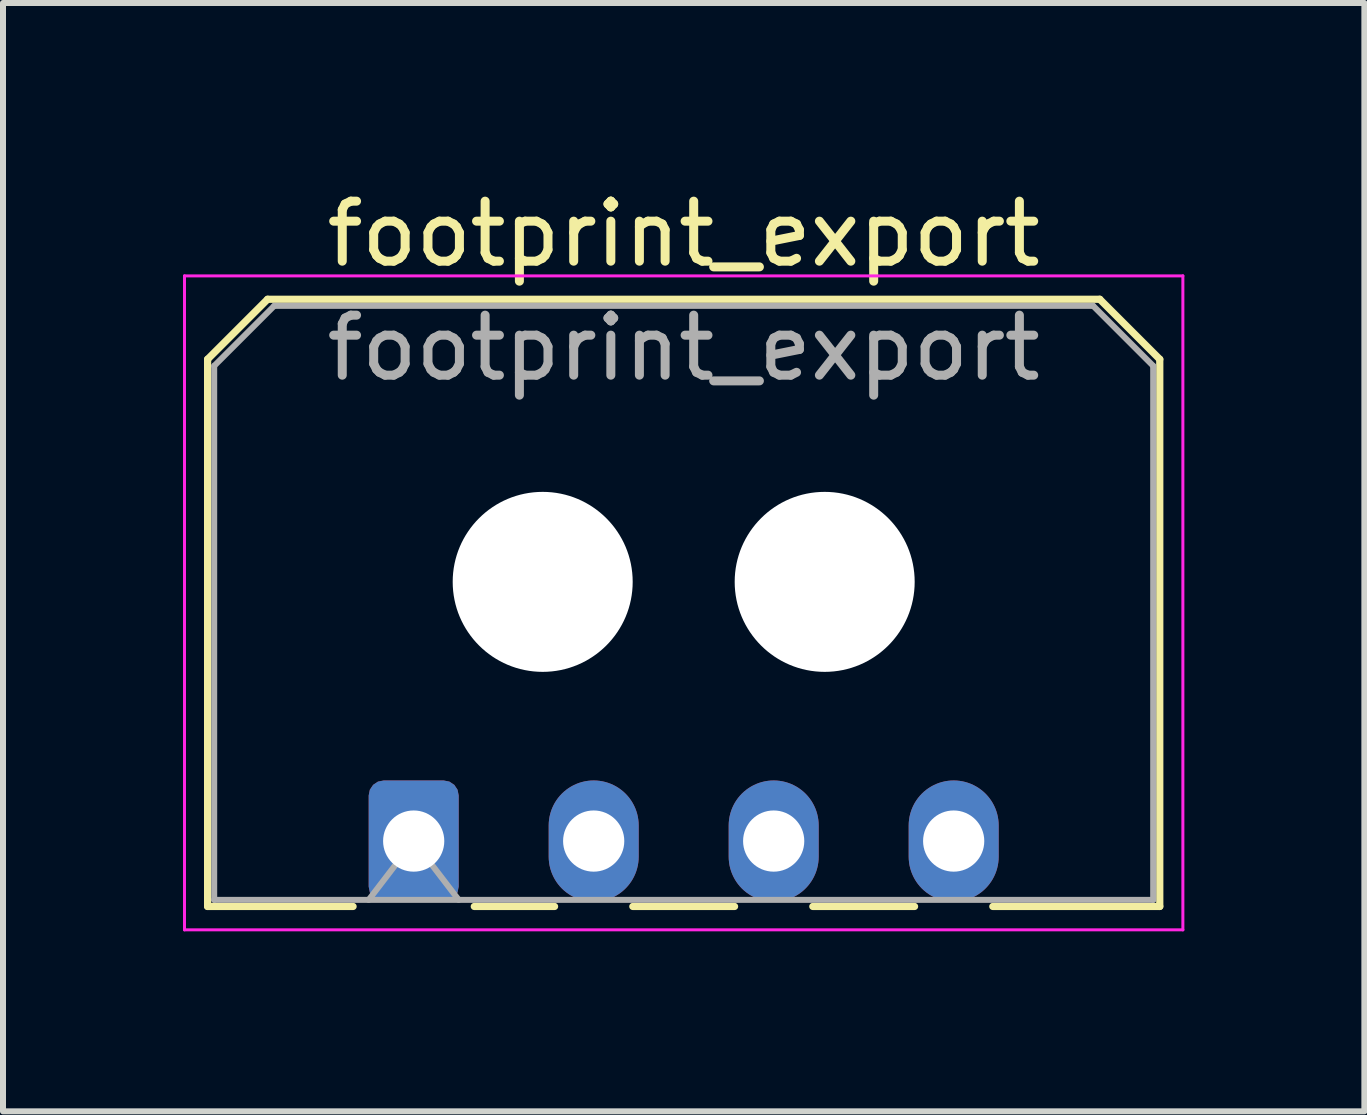
<source format=kicad_pcb>
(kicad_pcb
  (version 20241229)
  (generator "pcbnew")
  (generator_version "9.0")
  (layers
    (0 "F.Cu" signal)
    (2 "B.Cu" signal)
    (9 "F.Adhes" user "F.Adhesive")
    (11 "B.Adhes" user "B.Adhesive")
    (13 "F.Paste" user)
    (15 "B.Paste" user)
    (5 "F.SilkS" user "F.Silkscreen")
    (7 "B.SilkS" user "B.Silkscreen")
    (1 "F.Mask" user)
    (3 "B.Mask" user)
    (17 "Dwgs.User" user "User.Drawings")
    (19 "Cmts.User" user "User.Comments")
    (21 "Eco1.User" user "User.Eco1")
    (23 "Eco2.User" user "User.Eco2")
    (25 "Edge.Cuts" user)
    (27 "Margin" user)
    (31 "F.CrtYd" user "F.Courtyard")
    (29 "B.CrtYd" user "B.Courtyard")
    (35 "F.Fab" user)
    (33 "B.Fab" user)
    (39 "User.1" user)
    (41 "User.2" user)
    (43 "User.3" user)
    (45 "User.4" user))
  (footprint "footprint_export"
    (layer "F.Cu")
    (at 3.845 10.968)
    (property "Reference" "footprint_export" (at 4.5 -10.12 0) (layer "F.SilkS") (effects (font (size 1 1) (thickness 0.15))))
    (attr through_hole)
    (fp_line (start -3.435 -8.03) (end -2.435 -9.03) (stroke (width 0.12) (type solid)) (layer "F.SilkS"))
    (fp_line (start -3.435 1.09) (end -3.435 -8.03) (stroke (width 0.12) (type solid)) (layer "F.SilkS"))
    (fp_line (start -3.435 1.09) (end -1.01 1.09) (stroke (width 0.12) (type solid)) (layer "F.SilkS"))
    (fp_line (start -2.435 -9.03) (end 11.435 -9.03) (stroke (width 0.12) (type solid)) (layer "F.SilkS"))
    (fp_line (start 1.01 1.09) (end 2.348 1.09) (stroke (width 0.12) (type solid)) (layer "F.SilkS"))
    (fp_line (start 3.652 1.09) (end 5.348 1.09) (stroke (width 0.12) (type solid)) (layer "F.SilkS"))
    (fp_line (start 6.652 1.09) (end 8.348 1.09) (stroke (width 0.12) (type solid)) (layer "F.SilkS"))
    (fp_line (start 11.435 -9.03) (end 12.435 -8.03) (stroke (width 0.12) (type solid)) (layer "F.SilkS"))
    (fp_line (start 12.435 -8.03) (end 12.435 1.09) (stroke (width 0.12) (type solid)) (layer "F.SilkS"))
    (fp_line (start 12.435 1.09) (end 9.652 1.09) (stroke (width 0.12) (type solid)) (layer "F.SilkS"))
    (fp_line (start -3.82 -9.42) (end 12.82 -9.42) (stroke (width 0.05) (type solid)) (layer "F.CrtYd"))
    (fp_line (start -3.82 1.48) (end -3.82 -9.42) (stroke (width 0.05) (type solid)) (layer "F.CrtYd"))
    (fp_line (start 12.82 -9.42) (end 12.82 1.48) (stroke (width 0.05) (type solid)) (layer "F.CrtYd"))
    (fp_line (start 12.82 1.48) (end -3.82 1.48) (stroke (width 0.05) (type solid)) (layer "F.CrtYd"))
    (fp_line (start -3.325 -7.92) (end -2.325 -8.92) (stroke (width 0.1) (type solid)) (layer "F.Fab"))
    (fp_line (start -3.325 0.98) (end -3.325 -7.92) (stroke (width 0.1) (type solid)) (layer "F.Fab"))
    (fp_line (start -2.325 -8.92) (end 11.325 -8.92) (stroke (width 0.1) (type solid)) (layer "F.Fab"))
    (fp_line (start -0.75 0.98) (end 0 0) (stroke (width 0.1) (type solid)) (layer "F.Fab"))
    (fp_line (start 0 0) (end 0.75 0.98) (stroke (width 0.1) (type solid)) (layer "F.Fab"))
    (fp_line (start 11.325 -8.92) (end 12.325 -7.92) (stroke (width 0.1) (type solid)) (layer "F.Fab"))
    (fp_line (start 12.325 -7.92) (end 12.325 0.98) (stroke (width 0.1) (type solid)) (layer "F.Fab"))
    (fp_line (start 12.325 0.98) (end -3.325 0.98) (stroke (width 0.1) (type solid)) (layer "F.Fab"))
    (fp_text user "${REFERENCE}" (at 4.5 -8.22 0) (layer "F.Fab") (effects (font (size 1 1) (thickness 0.15))))
    (pad "" np_thru_hole circle (at 2.15 -4.32) (size 3 3) (drill 3) (layers "*.Cu" "*.Mask"))
    (pad "" np_thru_hole circle (at 6.85 -4.32) (size 3 3) (drill 3) (layers "*.Cu" "*.Mask"))
    (pad "1" thru_hole roundrect (at 0 0) (size 1.5 2.02) (drill 1.02) (layers "*.Cu" "*.Mask") (roundrect_rratio 0.167))
    (pad "2" thru_hole oval (at 3 0) (size 1.5 2.02) (drill 1.02) (layers "*.Cu" "*.Mask"))
    (pad "3" thru_hole oval (at 6 0) (size 1.5 2.02) (drill 1.02) (layers "*.Cu" "*.Mask"))
    (pad "4" thru_hole oval (at 9 0) (size 1.5 2.02) (drill 1.02) (layers "*.Cu" "*.Mask")))
  (gr_rect
    (start -3 -3)
    (end 19.69 15.473)
    (stroke (width 0.1) (type default))
    (fill no)
    (layer "Edge.Cuts")))
</source>
